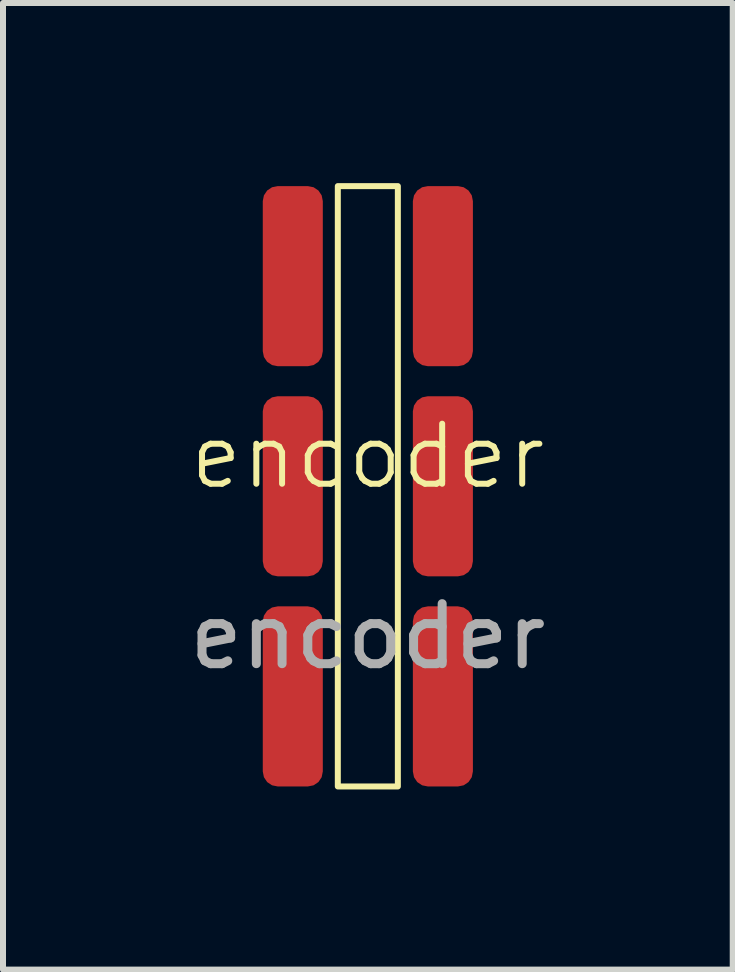
<source format=kicad_pcb>
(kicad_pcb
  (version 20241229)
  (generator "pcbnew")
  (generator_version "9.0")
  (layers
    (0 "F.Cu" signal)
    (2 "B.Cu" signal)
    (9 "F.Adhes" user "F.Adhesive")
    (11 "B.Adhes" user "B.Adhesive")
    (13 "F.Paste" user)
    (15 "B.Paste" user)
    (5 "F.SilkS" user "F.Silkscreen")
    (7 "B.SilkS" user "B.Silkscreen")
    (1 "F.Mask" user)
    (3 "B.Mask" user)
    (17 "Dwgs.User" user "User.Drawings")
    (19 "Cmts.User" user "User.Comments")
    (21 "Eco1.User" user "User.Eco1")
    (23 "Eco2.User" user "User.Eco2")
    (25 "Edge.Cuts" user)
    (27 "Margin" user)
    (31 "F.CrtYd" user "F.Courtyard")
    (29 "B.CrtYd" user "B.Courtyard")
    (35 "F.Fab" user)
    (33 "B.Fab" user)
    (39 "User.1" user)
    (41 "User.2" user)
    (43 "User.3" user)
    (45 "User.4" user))
  (footprint "encoder"
    (layer "F.Cu")
    (at 3.077 5.05)
    (property "Reference" "encoder" (at 0 -0.5 0) (unlocked yes) (layer "F.SilkS") (effects (font (size 1 1) (thickness 0.1))))
    (attr smd)
    (fp_rect (start -0.5 -5) (end 0.5 5) (stroke (width 0.1) (type default)) (fill no) (layer "F.SilkS"))
    (fp_text user "${REFERENCE}" (at 0 2.5 0) (unlocked yes) (layer "F.Fab") (effects (font (size 1 1) (thickness 0.15))))
    (pad "1" smd roundrect (at -1.25 -3.5 90) (size 3 1) (layers "F.Cu" "F.Mask" "F.Paste") (roundrect_rratio 0.25))
    (pad "1" smd roundrect (at 1.25 -3.5 90) (size 3 1) (layers "F.Cu" "F.Mask" "F.Paste") (roundrect_rratio 0.25))
    (pad "2" smd roundrect (at -1.25 0 90) (size 3 1) (layers "F.Cu" "F.Mask" "F.Paste") (roundrect_rratio 0.25))
    (pad "2" smd roundrect (at 1.25 0 90) (size 3 1) (layers "F.Cu" "F.Mask" "F.Paste") (roundrect_rratio 0.25))
    (pad "3" smd roundrect (at -1.25 3.5 90) (size 3 1) (layers "F.Cu" "F.Mask" "F.Paste") (roundrect_rratio 0.25))
    (pad "3" smd roundrect (at 1.25 3.5 90) (size 3 1) (layers "F.Cu" "F.Mask" "F.Paste") (roundrect_rratio 0.25)))
  (gr_rect
    (start -3 -3)
    (end 9.155 13.1)
    (stroke (width 0.1) (type default))
    (fill no)
    (layer "Edge.Cuts")))
</source>
